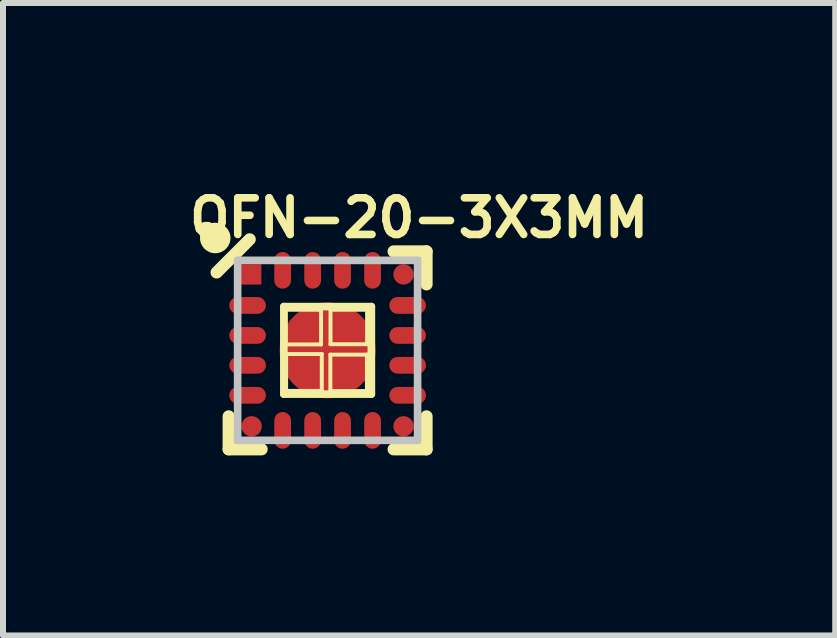
<source format=kicad_pcb>
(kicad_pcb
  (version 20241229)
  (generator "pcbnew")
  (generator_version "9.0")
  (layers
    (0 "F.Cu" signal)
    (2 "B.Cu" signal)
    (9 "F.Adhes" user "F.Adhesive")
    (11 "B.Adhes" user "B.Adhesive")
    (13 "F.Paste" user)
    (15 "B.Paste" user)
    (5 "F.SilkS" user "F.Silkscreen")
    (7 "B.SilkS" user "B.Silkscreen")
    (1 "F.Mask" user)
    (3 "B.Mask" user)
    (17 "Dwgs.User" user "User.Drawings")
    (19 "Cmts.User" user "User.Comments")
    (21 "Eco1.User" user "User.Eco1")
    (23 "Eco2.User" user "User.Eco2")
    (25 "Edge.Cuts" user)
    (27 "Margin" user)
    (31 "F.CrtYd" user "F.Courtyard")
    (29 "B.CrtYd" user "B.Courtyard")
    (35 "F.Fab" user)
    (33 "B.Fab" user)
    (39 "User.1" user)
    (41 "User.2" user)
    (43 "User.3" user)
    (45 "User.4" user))
  (footprint "QFN-20-3X3MM"
    (layer "F.Cu")
    (at 2.408 2.787)
    (property "Reference" "QFN-20-3X3MM" (at 1.524 -2.207 0) (layer "F.SilkS") (effects (font (size 0.61 0.61) (thickness 0.127))))
    (attr smd)
    (fp_line (start -1.648 1.648) (end -1.648 1.1) (stroke (width 0.203) (type solid)) (layer "F.SilkS"))
    (fp_line (start -1.298 -1.849) (end -1.849 -1.298) (stroke (width 0.203) (type solid)) (layer "F.SilkS"))
    (fp_line (start -1.1 1.648) (end -1.648 1.648) (stroke (width 0.203) (type solid)) (layer "F.SilkS"))
    (fp_line (start -0.729 -0.729) (end 0.729 -0.729) (stroke (width 0.127) (type solid)) (layer "F.SilkS"))
    (fp_line (start -0.729 0.729) (end -0.729 -0.729) (stroke (width 0.127) (type solid)) (layer "F.SilkS"))
    (fp_line (start -0.699 -0.676) (end -0.109 -0.676) (stroke (width 0.066) (type solid)) (layer "F.SilkS"))
    (fp_line (start -0.699 -0.099) (end -0.699 -0.676) (stroke (width 0.066) (type solid)) (layer "F.SilkS"))
    (fp_line (start -0.699 -0.099) (end -0.109 -0.099) (stroke (width 0.066) (type solid)) (layer "F.SilkS"))
    (fp_line (start -0.691 0.061) (end -0.097 0.061) (stroke (width 0.066) (type solid)) (layer "F.SilkS"))
    (fp_line (start -0.691 0.676) (end -0.691 0.061) (stroke (width 0.066) (type solid)) (layer "F.SilkS"))
    (fp_line (start -0.691 0.676) (end -0.097 0.676) (stroke (width 0.066) (type solid)) (layer "F.SilkS"))
    (fp_line (start -0.109 -0.099) (end -0.109 -0.676) (stroke (width 0.066) (type solid)) (layer "F.SilkS"))
    (fp_line (start -0.097 0.676) (end -0.097 0.061) (stroke (width 0.066) (type solid)) (layer "F.SilkS"))
    (fp_line (start 0.046 0.071) (end 0.655 0.071) (stroke (width 0.066) (type solid)) (layer "F.SilkS"))
    (fp_line (start 0.046 0.678) (end 0.046 0.071) (stroke (width 0.066) (type solid)) (layer "F.SilkS"))
    (fp_line (start 0.046 0.678) (end 0.655 0.678) (stroke (width 0.066) (type solid)) (layer "F.SilkS"))
    (fp_line (start 0.048 -0.676) (end 0.658 -0.676) (stroke (width 0.066) (type solid)) (layer "F.SilkS"))
    (fp_line (start 0.048 -0.102) (end 0.048 -0.676) (stroke (width 0.066) (type solid)) (layer "F.SilkS"))
    (fp_line (start 0.048 -0.102) (end 0.658 -0.102) (stroke (width 0.066) (type solid)) (layer "F.SilkS"))
    (fp_line (start 0.655 0.678) (end 0.655 0.071) (stroke (width 0.066) (type solid)) (layer "F.SilkS"))
    (fp_line (start 0.658 -0.102) (end 0.658 -0.676) (stroke (width 0.066) (type solid)) (layer "F.SilkS"))
    (fp_line (start 0.729 -0.729) (end 0.729 0.729) (stroke (width 0.127) (type solid)) (layer "F.SilkS"))
    (fp_line (start 0.729 0.729) (end -0.729 0.729) (stroke (width 0.127) (type solid)) (layer "F.SilkS"))
    (fp_line (start 1.1 -1.648) (end 1.648 -1.648) (stroke (width 0.203) (type solid)) (layer "F.SilkS"))
    (fp_line (start 1.648 -1.648) (end 1.648 -1.1) (stroke (width 0.203) (type solid)) (layer "F.SilkS"))
    (fp_line (start 1.648 1.1) (end 1.648 1.648) (stroke (width 0.203) (type solid)) (layer "F.SilkS"))
    (fp_line (start 1.648 1.648) (end 1.1 1.648) (stroke (width 0.203) (type solid)) (layer "F.SilkS"))
    (fp_circle (center -1.872 -1.872) (end -1.872 -2.126) (stroke (width 0) (type solid)) (fill yes) (layer "F.SilkS"))
    (fp_line (start -1.499 -1.499) (end 1.499 -1.499) (stroke (width 0.127) (type solid)) (layer "Dwgs.User"))
    (fp_line (start -1.499 1.499) (end -1.499 -1.499) (stroke (width 0.127) (type solid)) (layer "Dwgs.User"))
    (fp_line (start 1.499 -1.499) (end 1.499 1.499) (stroke (width 0.127) (type solid)) (layer "Dwgs.User"))
    (fp_line (start 1.499 1.499) (end -1.499 1.499) (stroke (width 0.127) (type solid)) (layer "Dwgs.User"))
    (pad "1" smd rect (at -1.273 -1.265) (size 0.338 0.338) (layers "F.Cu" "F.Mask" "F.Paste"))
    (pad "2" smd oval (at -1.333 -0.749 270) (size 0.279 0.61) (layers "F.Cu" "F.Mask" "F.Paste"))
    (pad "3" smd oval (at -1.333 -0.249 270) (size 0.279 0.61) (layers "F.Cu" "F.Mask" "F.Paste"))
    (pad "4" smd oval (at -1.333 0.249 270) (size 0.279 0.61) (layers "F.Cu" "F.Mask" "F.Paste"))
    (pad "5" smd oval (at -1.333 0.749 270) (size 0.279 0.61) (layers "F.Cu" "F.Mask" "F.Paste"))
    (pad "6" smd oval (at -1.265 1.265) (size 0.338 0.338) (layers "F.Cu" "F.Mask" "F.Paste"))
    (pad "7" smd oval (at -0.749 1.333 180) (size 0.279 0.61) (layers "F.Cu" "F.Mask" "F.Paste"))
    (pad "8" smd oval (at -0.249 1.333 180) (size 0.279 0.61) (layers "F.Cu" "F.Mask" "F.Paste"))
    (pad "9" smd oval (at 0.249 1.333 180) (size 0.279 0.61) (layers "F.Cu" "F.Mask" "F.Paste"))
    (pad "10" smd oval (at 0.749 1.333 180) (size 0.279 0.61) (layers "F.Cu" "F.Mask" "F.Paste"))
    (pad "11" smd oval (at 1.265 1.265) (size 0.338 0.338) (layers "F.Cu" "F.Mask" "F.Paste"))
    (pad "12" smd oval (at 1.333 0.749 90) (size 0.279 0.61) (layers "F.Cu" "F.Mask" "F.Paste"))
    (pad "13" smd oval (at 1.333 0.249 90) (size 0.279 0.61) (layers "F.Cu" "F.Mask" "F.Paste"))
    (pad "14" smd oval (at 1.333 -0.249 90) (size 0.279 0.61) (layers "F.Cu" "F.Mask" "F.Paste"))
    (pad "15" smd oval (at 1.333 -0.749 90) (size 0.279 0.61) (layers "F.Cu" "F.Mask" "F.Paste"))
    (pad "16" smd oval (at 1.265 -1.265) (size 0.338 0.338) (layers "F.Cu" "F.Mask" "F.Paste"))
    (pad "17" smd oval (at 0.749 -1.333) (size 0.279 0.61) (layers "F.Cu" "F.Mask" "F.Paste"))
    (pad "18" smd oval (at 0.249 -1.333) (size 0.279 0.61) (layers "F.Cu" "F.Mask" "F.Paste"))
    (pad "19" smd oval (at -0.249 -1.333) (size 0.279 0.61) (layers "F.Cu" "F.Mask" "F.Paste"))
    (pad "20" smd oval (at -0.749 -1.333) (size 0.279 0.61) (layers "F.Cu" "F.Mask" "F.Paste"))
    (pad "21" smd oval (at 0 0) (size 1.598 1.598) (layers "F.Cu" "F.Mask" "F.Paste")))
  (gr_rect
    (start -3 -3)
    (end 10.865 7.537)
    (stroke (width 0.1) (type default))
    (fill no)
    (layer "Edge.Cuts")))
</source>
